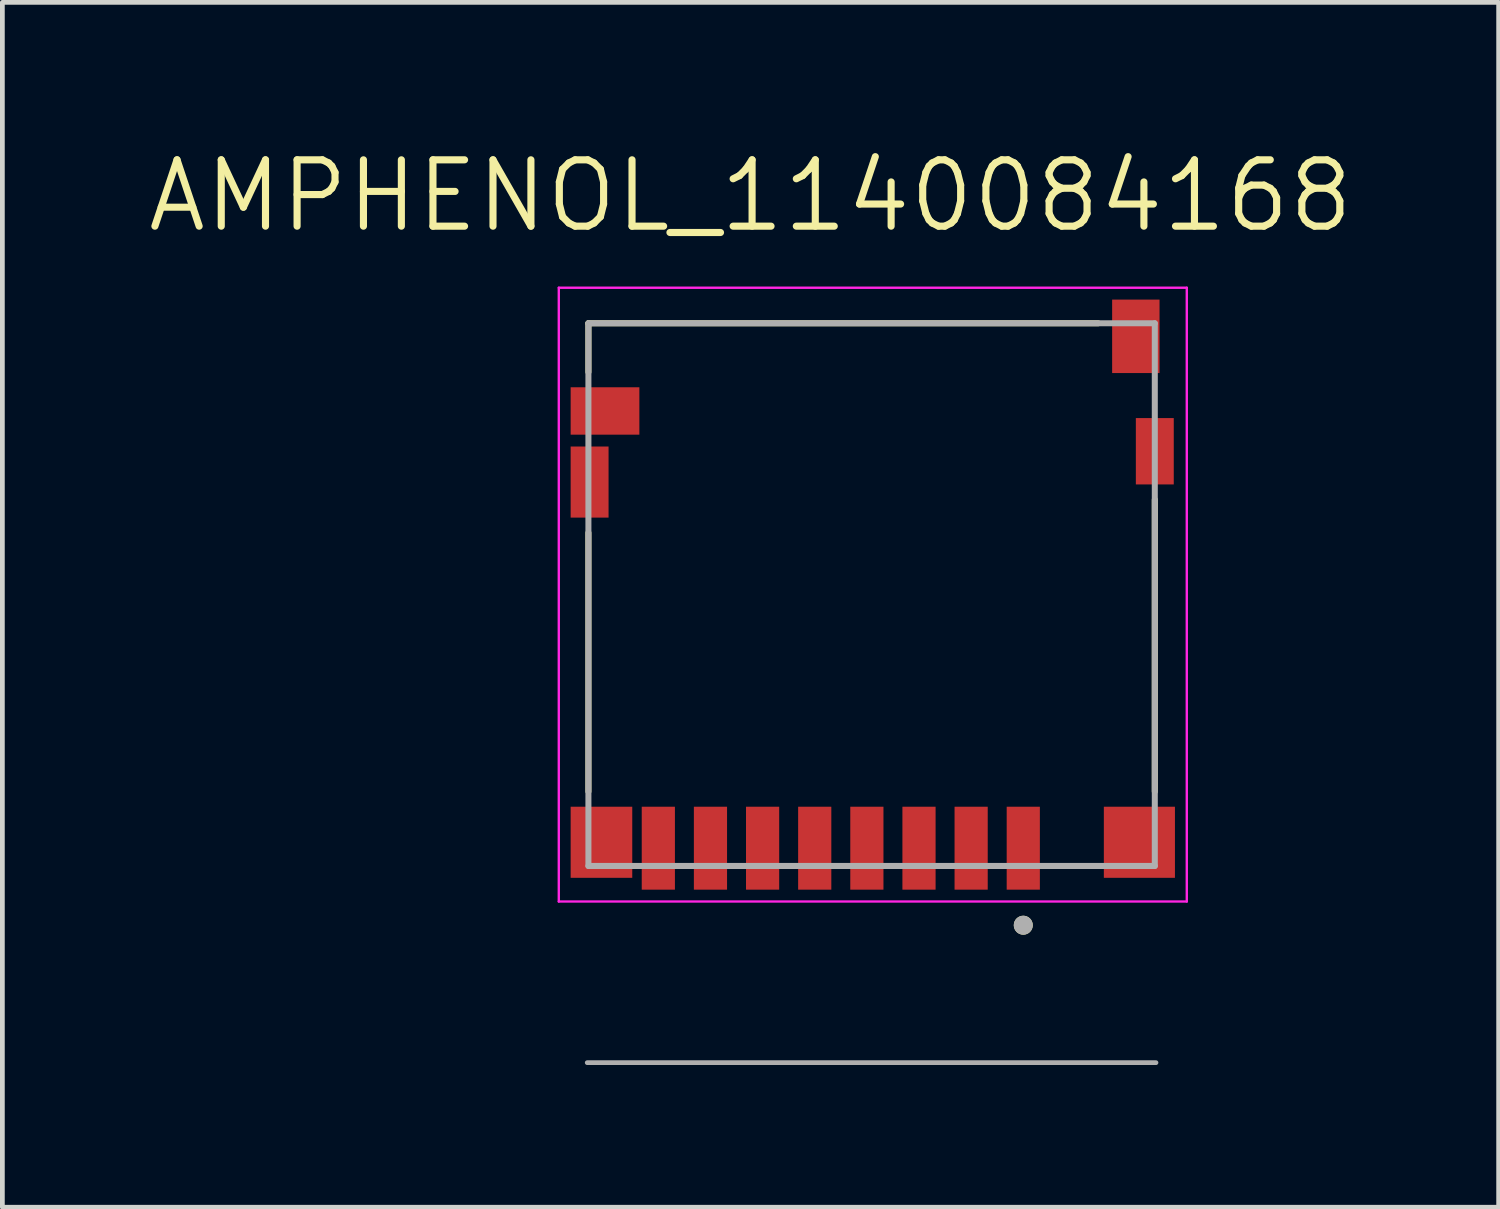
<source format=kicad_pcb>
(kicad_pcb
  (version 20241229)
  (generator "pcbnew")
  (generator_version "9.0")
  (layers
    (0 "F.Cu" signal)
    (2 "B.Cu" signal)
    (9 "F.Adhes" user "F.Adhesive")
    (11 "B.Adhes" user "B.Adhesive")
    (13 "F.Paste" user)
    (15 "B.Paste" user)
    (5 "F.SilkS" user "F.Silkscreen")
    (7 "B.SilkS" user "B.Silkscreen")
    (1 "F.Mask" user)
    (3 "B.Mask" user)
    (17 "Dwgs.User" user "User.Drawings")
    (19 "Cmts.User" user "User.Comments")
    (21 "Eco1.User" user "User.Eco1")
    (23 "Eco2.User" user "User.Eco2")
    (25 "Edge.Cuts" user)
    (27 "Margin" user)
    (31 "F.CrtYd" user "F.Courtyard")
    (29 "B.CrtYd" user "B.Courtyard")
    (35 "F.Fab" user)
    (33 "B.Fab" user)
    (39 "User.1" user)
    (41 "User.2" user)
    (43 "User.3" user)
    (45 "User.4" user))
  (footprint "AMPHENOL_1140084168"
    (layer "F.Cu")
    (at 15.34 13.971)
    (property "Reference" "AMPHENOL_1140084168" (at -2.555 -12.889 0) (layer "F.SilkS") (effects (font (size 1.4 1.4) (thickness 0.15))))
    (attr smd)
    (fp_line (start -5.975 -10.2) (end -5.975 -9.17) (stroke (width 0.127) (type solid)) (layer "F.SilkS"))
    (fp_line (start -5.975 -5.78) (end -5.975 -0.32) (stroke (width 0.127) (type solid)) (layer "F.SilkS"))
    (fp_line (start 4.78 -10.2) (end -5.975 -10.2) (stroke (width 0.127) (type solid)) (layer "F.SilkS"))
    (fp_line (start 5.975 -0.32) (end 5.975 -6.48) (stroke (width 0.127) (type solid)) (layer "F.SilkS"))
    (fp_circle (center 3.2 2.5) (end 3.3 2.5) (stroke (width 0.2) (type solid)) (fill no) (layer "F.SilkS"))
    (fp_line (start -6.6 -10.95) (end -6.6 2) (stroke (width 0.05) (type solid)) (layer "F.CrtYd"))
    (fp_line (start -6.6 2) (end 6.65 2) (stroke (width 0.05) (type solid)) (layer "F.CrtYd"))
    (fp_line (start 6.65 -10.95) (end -6.6 -10.95) (stroke (width 0.05) (type solid)) (layer "F.CrtYd"))
    (fp_line (start 6.65 2) (end 6.65 -10.95) (stroke (width 0.05) (type solid)) (layer "F.CrtYd"))
    (fp_line (start -6 5.4) (end 6 5.4) (stroke (width 0.1) (type default)) (layer "F.Fab"))
    (fp_line (start -5.975 -10.2) (end -5.975 1.25) (stroke (width 0.127) (type solid)) (layer "F.Fab"))
    (fp_line (start -5.975 1.25) (end 5.975 1.25) (stroke (width 0.127) (type solid)) (layer "F.Fab"))
    (fp_line (start 5.975 -10.2) (end -5.975 -10.2) (stroke (width 0.127) (type solid)) (layer "F.Fab"))
    (fp_line (start 5.975 1.25) (end 5.975 -10.2) (stroke (width 0.127) (type solid)) (layer "F.Fab"))
    (fp_circle (center 3.2 2.5) (end 3.3 2.5) (stroke (width 0.2) (type solid)) (fill no) (layer "F.Fab"))
    (pad "1" smd rect (at 3.2 0.875) (size 0.7 1.75) (layers "F.Cu" "F.Mask" "F.Paste"))
    (pad "2" smd rect (at 2.1 0.875) (size 0.7 1.75) (layers "F.Cu" "F.Mask" "F.Paste"))
    (pad "3" smd rect (at 1 0.875) (size 0.7 1.75) (layers "F.Cu" "F.Mask" "F.Paste"))
    (pad "4" smd rect (at -0.1 0.875) (size 0.7 1.75) (layers "F.Cu" "F.Mask" "F.Paste"))
    (pad "5" smd rect (at -1.2 0.875) (size 0.7 1.75) (layers "F.Cu" "F.Mask" "F.Paste"))
    (pad "6" smd rect (at -2.3 0.875) (size 0.7 1.75) (layers "F.Cu" "F.Mask" "F.Paste"))
    (pad "7" smd rect (at -3.4 0.875) (size 0.7 1.75) (layers "F.Cu" "F.Mask" "F.Paste"))
    (pad "8" smd rect (at -4.5 0.875) (size 0.7 1.75) (layers "F.Cu" "F.Mask" "F.Paste"))
    (pad "9" smd rect (at 5.575 -9.925) (size 1 1.55) (layers "F.Cu" "F.Mask" "F.Paste"))
    (pad "10" smd rect (at -5.625 -8.35) (size 1.45 1) (layers "F.Cu" "F.Mask" "F.Paste"))
    (pad "11" smd rect (at -5.95 -6.85) (size 0.8 1.5) (layers "F.Cu" "F.Mask" "F.Paste"))
    (pad "11" smd rect (at -5.7 0.75) (size 1.3 1.5) (layers "F.Cu" "F.Mask" "F.Paste"))
    (pad "11" smd rect (at 5.65 0.75) (size 1.5 1.5) (layers "F.Cu" "F.Mask" "F.Paste"))
    (pad "11" smd rect (at 5.975 -7.5) (size 0.8 1.4) (layers "F.Cu" "F.Mask" "F.Paste"))
    (zone (net_name "") (layer "F.Cu") (hatch full 0.508) (connect_pads) (min_thickness 0.01) (filled_areas_thickness no) (keepout (tracks not_allowed) (vias not_allowed) (pads not_allowed) (copperpour not_allowed) (footprints allowed)) (placement (enabled no)) (fill) (polygon (pts (xy 10.44 7.971) (xy 18.94 7.971) (xy 18.94 9.971) (xy 10.44 9.971))))
    (zone (net_name "") (layer "F.Cu") (hatch full 0.508) (connect_pads) (min_thickness 0.01) (filled_areas_thickness no) (keepout (tracks not_allowed) (vias not_allowed) (pads not_allowed) (copperpour not_allowed) (footprints allowed)) (placement (enabled no)) (fill) (polygon (pts (xy 13.39 3.771) (xy 15.89 3.771) (xy 15.89 5.771) (xy 13.39 5.771))))
    (zone (net_name "") (layers "F.Cu" "B.Cu") (hatch full 0.508) (connect_pads) (min_thickness 0.01) (filled_areas_thickness no) (keepout (tracks allowed) (vias not_allowed) (pads allowed) (copperpour allowed) (footprints allowed)) (placement (enabled no)) (fill) (polygon (pts (xy 10.44 7.971) (xy 18.94 7.971) (xy 18.94 9.971) (xy 10.44 9.971))))
    (zone (net_name "") (layers "F.Cu" "B.Cu") (hatch full 0.508) (connect_pads) (min_thickness 0.01) (filled_areas_thickness no) (keepout (tracks allowed) (vias not_allowed) (pads allowed) (copperpour allowed) (footprints allowed)) (placement (enabled no)) (fill) (polygon (pts (xy 13.39 3.771) (xy 15.89 3.771) (xy 15.89 5.771) (xy 13.39 5.771)))))
  (gr_rect
    (start -3 -3)
    (end 28.57 22.421)
    (stroke (width 0.1) (type default))
    (fill no)
    (layer "Edge.Cuts")))
</source>
